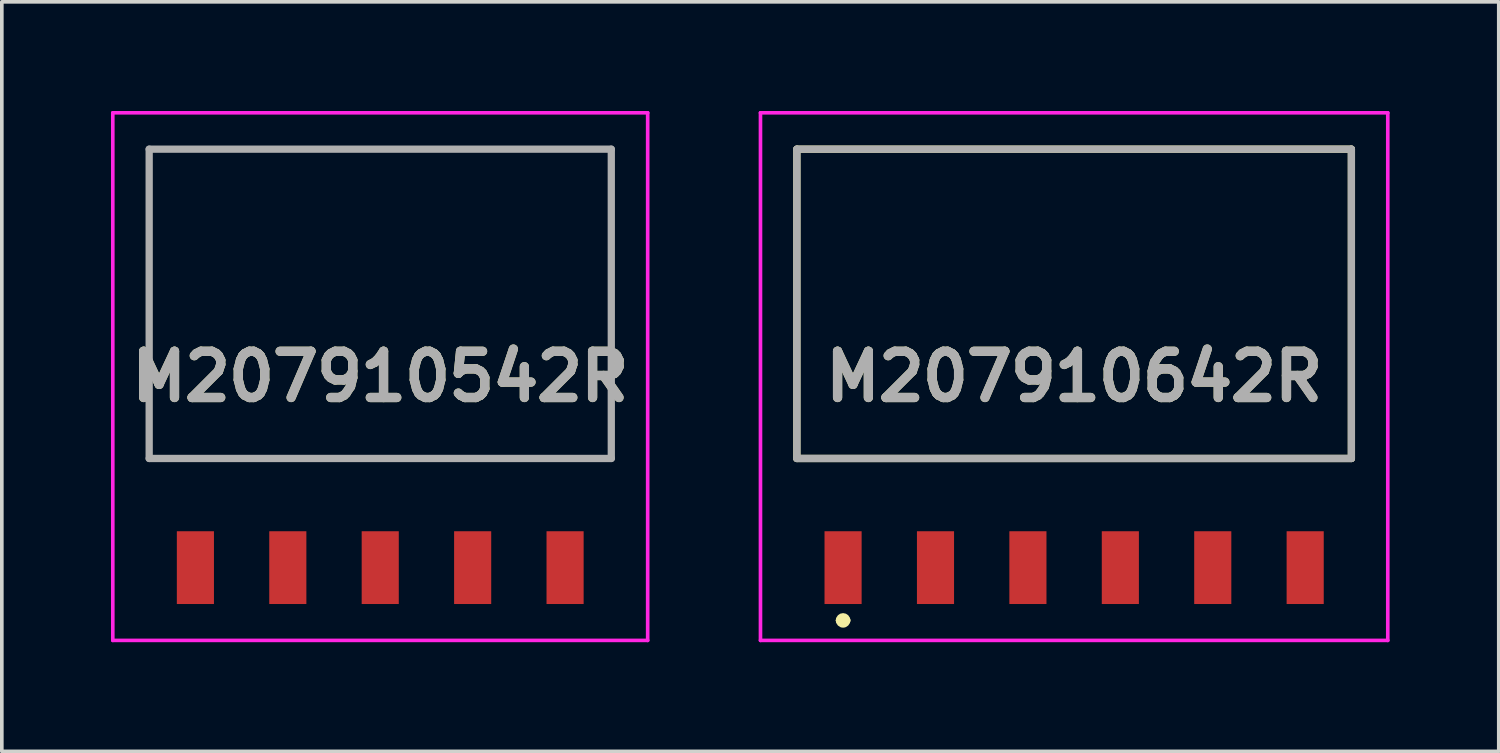
<source format=kicad_pcb>
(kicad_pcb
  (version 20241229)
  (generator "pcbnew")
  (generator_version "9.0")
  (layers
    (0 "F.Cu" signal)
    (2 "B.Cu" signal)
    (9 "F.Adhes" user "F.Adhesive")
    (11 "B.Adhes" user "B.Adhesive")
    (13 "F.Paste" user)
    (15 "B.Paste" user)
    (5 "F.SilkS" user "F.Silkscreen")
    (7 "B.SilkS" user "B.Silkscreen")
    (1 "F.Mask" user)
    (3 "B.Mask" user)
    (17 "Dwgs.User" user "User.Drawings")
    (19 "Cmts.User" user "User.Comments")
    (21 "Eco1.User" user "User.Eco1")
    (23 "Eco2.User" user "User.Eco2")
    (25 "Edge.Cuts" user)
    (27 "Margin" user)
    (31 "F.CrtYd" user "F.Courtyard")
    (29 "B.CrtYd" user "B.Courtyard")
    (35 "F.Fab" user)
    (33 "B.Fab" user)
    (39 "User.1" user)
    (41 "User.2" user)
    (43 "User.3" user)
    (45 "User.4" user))
  (footprint "M207910542R"
    (layer "F.Cu")
    (at 7.4 7.3)
    (property "Reference" "M207910542R" (at 0 0 0) (layer "F.SilkS") (effects (font (size 1.27 1.27) (thickness 0.254))))
    (attr smd)
    (fp_line (start -6.35 -6.25) (end 6.35 -6.25) (stroke (width 0.1) (type solid)) (layer "F.SilkS"))
    (fp_line (start -6.35 2.25) (end -6.35 -6.25) (stroke (width 0.1) (type solid)) (layer "F.SilkS"))
    (fp_line (start 6.35 -6.25) (end 6.35 2.25) (stroke (width 0.1) (type solid)) (layer "F.SilkS"))
    (fp_line (start 6.35 2.25) (end -6.35 2.25) (stroke (width 0.1) (type solid)) (layer "F.SilkS"))
    (fp_line (start -7.35 -7.25) (end 7.35 -7.25) (stroke (width 0.1) (type solid)) (layer "F.CrtYd"))
    (fp_line (start -7.35 7.25) (end -7.35 -7.25) (stroke (width 0.1) (type solid)) (layer "F.CrtYd"))
    (fp_line (start 7.35 -7.25) (end 7.35 7.25) (stroke (width 0.1) (type solid)) (layer "F.CrtYd"))
    (fp_line (start 7.35 7.25) (end -7.35 7.25) (stroke (width 0.1) (type solid)) (layer "F.CrtYd"))
    (fp_line (start -6.35 -6.25) (end 6.35 -6.25) (stroke (width 0.2) (type solid)) (layer "F.Fab"))
    (fp_line (start -6.35 2.25) (end -6.35 -6.25) (stroke (width 0.2) (type solid)) (layer "F.Fab"))
    (fp_line (start 6.35 -6.25) (end 6.35 2.25) (stroke (width 0.2) (type solid)) (layer "F.Fab"))
    (fp_line (start 6.35 2.25) (end -6.35 2.25) (stroke (width 0.2) (type solid)) (layer "F.Fab"))
    (fp_text user "${REFERENCE}" (at 0 0 0) (layer "F.Fab") (effects (font (size 1.27 1.27) (thickness 0.254))))
    (pad "1" smd rect (at -5.08 5.25) (size 1.02 2) (layers "F.Cu" "F.Mask" "F.Paste"))
    (pad "2" smd rect (at -2.54 5.25) (size 1.02 2) (layers "F.Cu" "F.Mask" "F.Paste"))
    (pad "3" smd rect (at 0 5.25) (size 1.02 2) (layers "F.Cu" "F.Mask" "F.Paste"))
    (pad "4" smd rect (at 2.54 5.25) (size 1.02 2) (layers "F.Cu" "F.Mask" "F.Paste"))
    (pad "5" smd rect (at 5.08 5.25) (size 1.02 2) (layers "F.Cu" "F.Mask" "F.Paste")))
  (footprint "M207910642R"
    (layer "F.Cu")
    (at 26.47 7.3)
    (property "Reference" "M207910642R" (at 0 0 0) (layer "F.SilkS") (effects (font (size 1.27 1.27) (thickness 0.254))))
    (attr smd)
    (fp_line (start -7.62 -6.25) (end 7.62 -6.25) (stroke (width 0.2) (type solid)) (layer "F.SilkS"))
    (fp_line (start -7.62 2.25) (end -7.62 -6.25) (stroke (width 0.2) (type solid)) (layer "F.SilkS"))
    (fp_line (start -6.45 6.7) (end -6.45 6.7) (stroke (width 0.2) (type solid)) (layer "F.SilkS"))
    (fp_line (start -6.25 6.7) (end -6.25 6.7) (stroke (width 0.2) (type solid)) (layer "F.SilkS"))
    (fp_line (start 7.62 -6.25) (end 7.62 2.25) (stroke (width 0.2) (type solid)) (layer "F.SilkS"))
    (fp_line (start 7.62 2.25) (end -7.62 2.25) (stroke (width 0.2) (type solid)) (layer "F.SilkS"))
    (fp_arc (start -6.45 6.7) (mid -6.35 6.6) (end -6.25 6.7) (stroke (width 0.2) (type solid)) (layer "F.SilkS"))
    (fp_arc (start -6.25 6.7) (mid -6.35 6.8) (end -6.45 6.7) (stroke (width 0.2) (type solid)) (layer "F.SilkS"))
    (fp_line (start -8.62 -7.25) (end 8.62 -7.25) (stroke (width 0.1) (type solid)) (layer "F.CrtYd"))
    (fp_line (start -8.62 7.25) (end -8.62 -7.25) (stroke (width 0.1) (type solid)) (layer "F.CrtYd"))
    (fp_line (start 8.62 -7.25) (end 8.62 7.25) (stroke (width 0.1) (type solid)) (layer "F.CrtYd"))
    (fp_line (start 8.62 7.25) (end -8.62 7.25) (stroke (width 0.1) (type solid)) (layer "F.CrtYd"))
    (fp_line (start -7.62 -6.25) (end 7.62 -6.25) (stroke (width 0.2) (type solid)) (layer "F.Fab"))
    (fp_line (start -7.62 2.25) (end -7.62 -6.25) (stroke (width 0.2) (type solid)) (layer "F.Fab"))
    (fp_line (start 7.62 -6.25) (end 7.62 2.25) (stroke (width 0.2) (type solid)) (layer "F.Fab"))
    (fp_line (start 7.62 2.25) (end -7.62 2.25) (stroke (width 0.2) (type solid)) (layer "F.Fab"))
    (fp_text user "${REFERENCE}" (at 0 0 0) (layer "F.Fab") (effects (font (size 1.27 1.27) (thickness 0.254))))
    (pad "1" smd rect (at -6.35 5.25) (size 1.02 2) (layers "F.Cu" "F.Mask" "F.Paste"))
    (pad "2" smd rect (at -3.81 5.25) (size 1.02 2) (layers "F.Cu" "F.Mask" "F.Paste"))
    (pad "3" smd rect (at -1.27 5.25) (size 1.02 2) (layers "F.Cu" "F.Mask" "F.Paste"))
    (pad "4" smd rect (at 1.27 5.25) (size 1.02 2) (layers "F.Cu" "F.Mask" "F.Paste"))
    (pad "5" smd rect (at 3.81 5.25) (size 1.02 2) (layers "F.Cu" "F.Mask" "F.Paste"))
    (pad "6" smd rect (at 6.35 5.25) (size 1.02 2) (layers "F.Cu" "F.Mask" "F.Paste")))
  (gr_rect
    (start -3 -3)
    (end 38.14 17.6)
    (stroke (width 0.1) (type default))
    (fill no)
    (layer "Edge.Cuts")))
</source>
